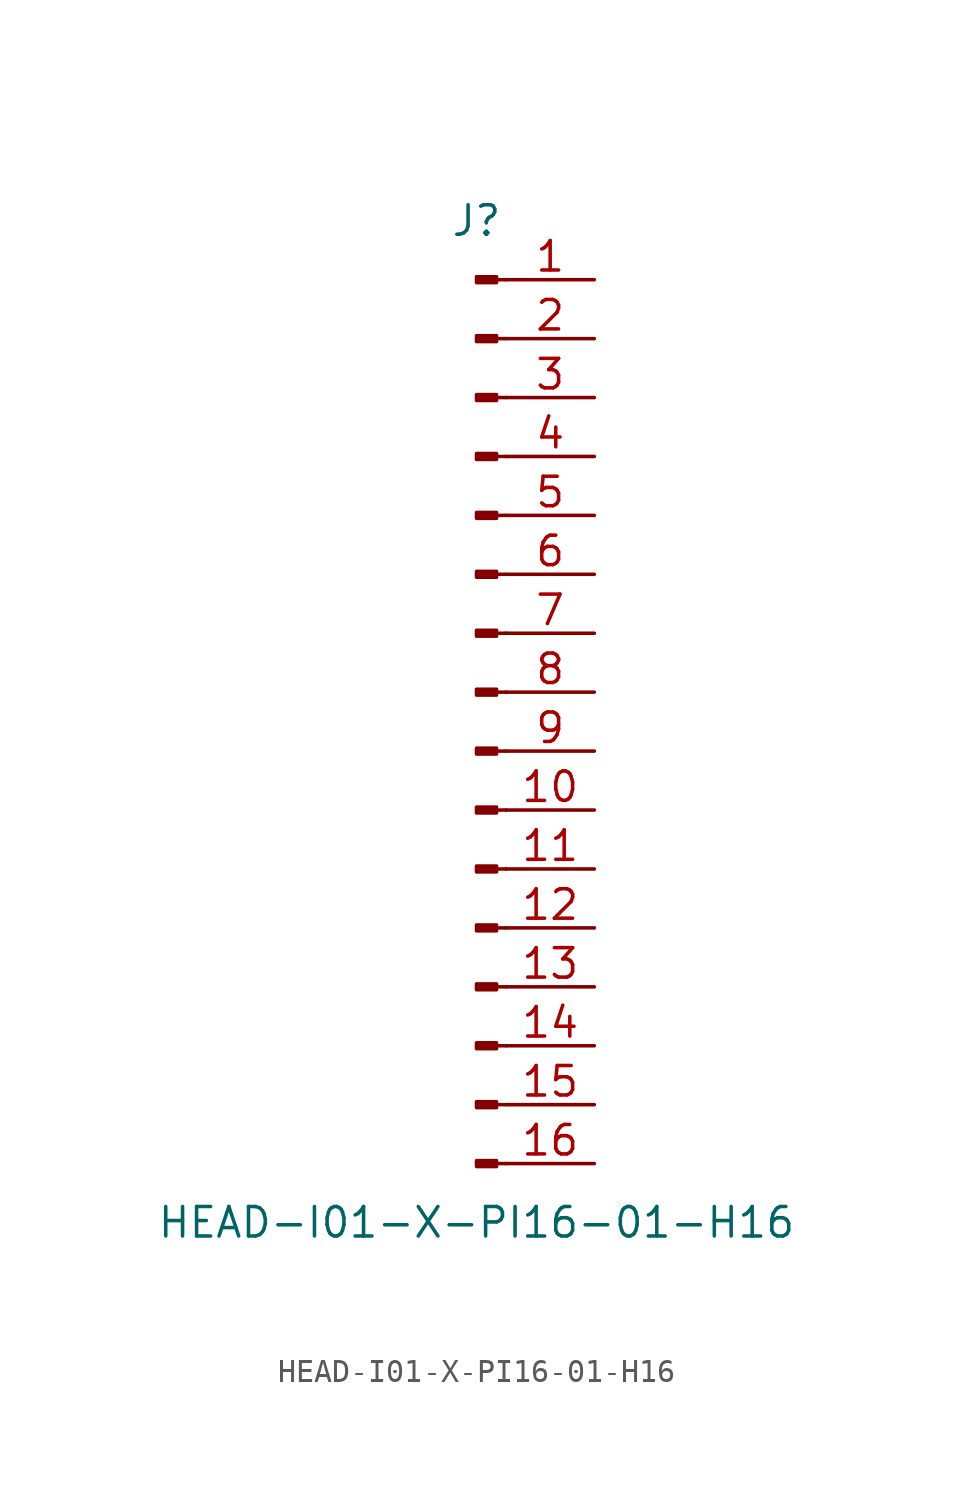
<source format=kicad_sym>
(kicad_symbol_lib
  (version 20211014)
  (generator kicad_symbol_editor)
  (symbol "HEAD-I01-X-PI16-01-H16"
    (pin_names
      (offset 1.016) hide)
    (property "Reference" "J"
      (at 0 20.32 0)
      (effects (font (size 1.27 1.27))))
    (property "Value" "HEAD-I01-X-PI16-01-H16"
      (at 0 -22.86 0)
      (effects (font (size 1.27 1.27))))
    (symbol "HEAD-I01-X-PI16-01-H16_1_1"
      (polyline (pts (xy 1.27 -20.32) (xy 0.864 -20.32)) (stroke (width 0.152) (type default) (color 0 0 0 0)) (fill (type none)))
      (polyline (pts (xy 1.27 -17.78) (xy 0.864 -17.78)) (stroke (width 0.152) (type default) (color 0 0 0 0)) (fill (type none)))
      (polyline (pts (xy 1.27 -15.24) (xy 0.864 -15.24)) (stroke (width 0.152) (type default) (color 0 0 0 0)) (fill (type none)))
      (polyline (pts (xy 1.27 -12.7) (xy 0.864 -12.7)) (stroke (width 0.152) (type default) (color 0 0 0 0)) (fill (type none)))
      (polyline (pts (xy 1.27 -10.16) (xy 0.864 -10.16)) (stroke (width 0.152) (type default) (color 0 0 0 0)) (fill (type none)))
      (polyline (pts (xy 1.27 -7.62) (xy 0.864 -7.62)) (stroke (width 0.152) (type default) (color 0 0 0 0)) (fill (type none)))
      (polyline (pts (xy 1.27 -5.08) (xy 0.864 -5.08)) (stroke (width 0.152) (type default) (color 0 0 0 0)) (fill (type none)))
      (polyline (pts (xy 1.27 -2.54) (xy 0.864 -2.54)) (stroke (width 0.152) (type default) (color 0 0 0 0)) (fill (type none)))
      (polyline (pts (xy 1.27 0) (xy 0.864 0)) (stroke (width 0.152) (type default) (color 0 0 0 0)) (fill (type none)))
      (polyline (pts (xy 1.27 2.54) (xy 0.864 2.54)) (stroke (width 0.152) (type default) (color 0 0 0 0)) (fill (type none)))
      (polyline (pts (xy 1.27 5.08) (xy 0.864 5.08)) (stroke (width 0.152) (type default) (color 0 0 0 0)) (fill (type none)))
      (polyline (pts (xy 1.27 7.62) (xy 0.864 7.62)) (stroke (width 0.152) (type default) (color 0 0 0 0)) (fill (type none)))
      (polyline (pts (xy 1.27 10.16) (xy 0.864 10.16)) (stroke (width 0.152) (type default) (color 0 0 0 0)) (fill (type none)))
      (polyline (pts (xy 1.27 12.7) (xy 0.864 12.7)) (stroke (width 0.152) (type default) (color 0 0 0 0)) (fill (type none)))
      (polyline (pts (xy 1.27 15.24) (xy 0.864 15.24)) (stroke (width 0.152) (type default) (color 0 0 0 0)) (fill (type none)))
      (polyline (pts (xy 1.27 17.78) (xy 0.864 17.78)) (stroke (width 0.152) (type default) (color 0 0 0 0)) (fill (type none)))
      (rectangle (start 0.864 -20.193) (end 0 -20.447) (stroke (width 0.152) (type default) (color 0 0 0 0)) (fill (type outline)))
      (rectangle (start 0.864 -17.653) (end 0 -17.907) (stroke (width 0.152) (type default) (color 0 0 0 0)) (fill (type outline)))
      (rectangle (start 0.864 -15.113) (end 0 -15.367) (stroke (width 0.152) (type default) (color 0 0 0 0)) (fill (type outline)))
      (rectangle (start 0.864 -12.573) (end 0 -12.827) (stroke (width 0.152) (type default) (color 0 0 0 0)) (fill (type outline)))
      (rectangle (start 0.864 -10.033) (end 0 -10.287) (stroke (width 0.152) (type default) (color 0 0 0 0)) (fill (type outline)))
      (rectangle (start 0.864 -7.493) (end 0 -7.747) (stroke (width 0.152) (type default) (color 0 0 0 0)) (fill (type outline)))
      (rectangle (start 0.864 -4.953) (end 0 -5.207) (stroke (width 0.152) (type default) (color 0 0 0 0)) (fill (type outline)))
      (rectangle (start 0.864 -2.413) (end 0 -2.667) (stroke (width 0.152) (type default) (color 0 0 0 0)) (fill (type outline)))
      (rectangle (start 0.864 0.127) (end 0 -0.127) (stroke (width 0.152) (type default) (color 0 0 0 0)) (fill (type outline)))
      (rectangle (start 0.864 2.667) (end 0 2.413) (stroke (width 0.152) (type default) (color 0 0 0 0)) (fill (type outline)))
      (rectangle (start 0.864 5.207) (end 0 4.953) (stroke (width 0.152) (type default) (color 0 0 0 0)) (fill (type outline)))
      (rectangle (start 0.864 7.747) (end 0 7.493) (stroke (width 0.152) (type default) (color 0 0 0 0)) (fill (type outline)))
      (rectangle (start 0.864 10.287) (end 0 10.033) (stroke (width 0.152) (type default) (color 0 0 0 0)) (fill (type outline)))
      (rectangle (start 0.864 12.827) (end 0 12.573) (stroke (width 0.152) (type default) (color 0 0 0 0)) (fill (type outline)))
      (rectangle (start 0.864 15.367) (end 0 15.113) (stroke (width 0.152) (type default) (color 0 0 0 0)) (fill (type outline)))
      (rectangle (start 0.864 17.907) (end 0 17.653) (stroke (width 0.152) (type default) (color 0 0 0 0)) (fill (type outline)))
      (pin passive line (at 5.08 17.78 180) (length 3.81) (name "Pin_1" (effects (font (size 1.27 1.27)))) (number "1" (effects (font (size 1.27 1.27)))))
      (pin passive line (at 5.08 -5.08 180) (length 3.81) (name "Pin_10" (effects (font (size 1.27 1.27)))) (number "10" (effects (font (size 1.27 1.27)))))
      (pin passive line (at 5.08 -7.62 180) (length 3.81) (name "Pin_11" (effects (font (size 1.27 1.27)))) (number "11" (effects (font (size 1.27 1.27)))))
      (pin passive line (at 5.08 -10.16 180) (length 3.81) (name "Pin_12" (effects (font (size 1.27 1.27)))) (number "12" (effects (font (size 1.27 1.27)))))
      (pin passive line (at 5.08 -12.7 180) (length 3.81) (name "Pin_13" (effects (font (size 1.27 1.27)))) (number "13" (effects (font (size 1.27 1.27)))))
      (pin passive line (at 5.08 -15.24 180) (length 3.81) (name "Pin_14" (effects (font (size 1.27 1.27)))) (number "14" (effects (font (size 1.27 1.27)))))
      (pin passive line (at 5.08 -17.78 180) (length 3.81) (name "Pin_15" (effects (font (size 1.27 1.27)))) (number "15" (effects (font (size 1.27 1.27)))))
      (pin passive line (at 5.08 -20.32 180) (length 3.81) (name "Pin_16" (effects (font (size 1.27 1.27)))) (number "16" (effects (font (size 1.27 1.27)))))
      (pin passive line (at 5.08 15.24 180) (length 3.81) (name "Pin_2" (effects (font (size 1.27 1.27)))) (number "2" (effects (font (size 1.27 1.27)))))
      (pin passive line (at 5.08 12.7 180) (length 3.81) (name "Pin_3" (effects (font (size 1.27 1.27)))) (number "3" (effects (font (size 1.27 1.27)))))
      (pin passive line (at 5.08 10.16 180) (length 3.81) (name "Pin_4" (effects (font (size 1.27 1.27)))) (number "4" (effects (font (size 1.27 1.27)))))
      (pin passive line (at 5.08 7.62 180) (length 3.81) (name "Pin_5" (effects (font (size 1.27 1.27)))) (number "5" (effects (font (size 1.27 1.27)))))
      (pin passive line (at 5.08 5.08 180) (length 3.81) (name "Pin_6" (effects (font (size 1.27 1.27)))) (number "6" (effects (font (size 1.27 1.27)))))
      (pin passive line (at 5.08 2.54 180) (length 3.81) (name "Pin_7" (effects (font (size 1.27 1.27)))) (number "7" (effects (font (size 1.27 1.27)))))
      (pin passive line (at 5.08 0 180) (length 3.81) (name "Pin_8" (effects (font (size 1.27 1.27)))) (number "8" (effects (font (size 1.27 1.27)))))
      (pin passive line (at 5.08 -2.54 180) (length 3.81) (name "Pin_9" (effects (font (size 1.27 1.27)))) (number "9" (effects (font (size 1.27 1.27))))))))
</source>
